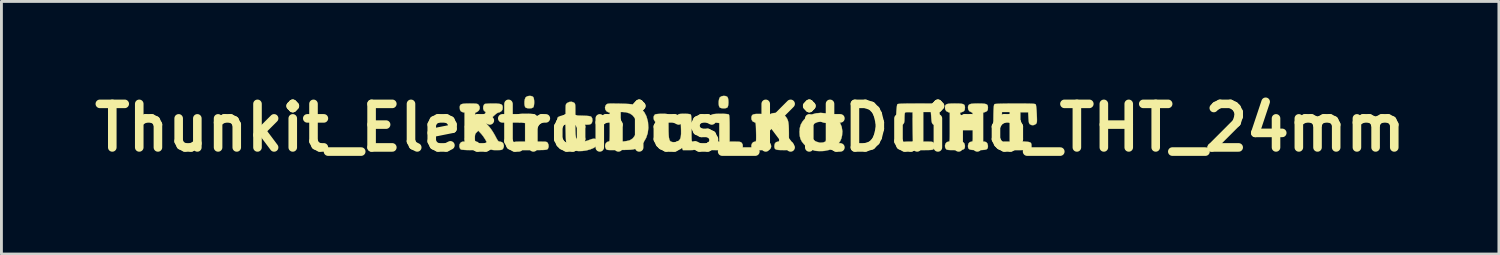
<source format=kicad_pcb>
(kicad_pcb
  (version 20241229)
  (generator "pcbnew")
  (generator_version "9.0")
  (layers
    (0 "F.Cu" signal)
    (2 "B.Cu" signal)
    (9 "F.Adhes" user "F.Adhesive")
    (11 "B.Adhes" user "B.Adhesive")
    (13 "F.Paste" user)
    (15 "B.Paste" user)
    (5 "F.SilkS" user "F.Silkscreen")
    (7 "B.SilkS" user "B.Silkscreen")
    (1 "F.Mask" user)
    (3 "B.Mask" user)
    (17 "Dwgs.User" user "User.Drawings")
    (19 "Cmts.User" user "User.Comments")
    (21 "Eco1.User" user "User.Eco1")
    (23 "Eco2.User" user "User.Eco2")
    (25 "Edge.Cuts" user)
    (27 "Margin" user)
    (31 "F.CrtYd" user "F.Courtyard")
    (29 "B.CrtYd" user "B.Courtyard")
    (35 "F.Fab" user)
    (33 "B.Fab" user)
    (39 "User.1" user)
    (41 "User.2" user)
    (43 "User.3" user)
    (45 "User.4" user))
  (footprint "Thunkit_Electronics_KitDuino_THT_24mm"
    (layer "F.Cu")
    (at 23.194 1.418)
    (property "Reference" "Thunkit_Electronics_KitDuino_THT_24mm" (at 0 0 0) (layer "F.SilkS") (effects (font (size 1.524 1.524) (thickness 0.3))))
    (attr through_hole)
    (fp_poly (pts (xy -7.663 -1.11) (xy -7.604 -1.087) (xy -7.587 -1.07) (xy -7.568 -1.021) (xy -7.558 -0.948) (xy -7.556 -0.866) (xy -7.563 -0.788) (xy -7.578 -0.729) (xy -7.59 -0.711) (xy -7.637 -0.687) (xy -7.706 -0.677) (xy -7.78 -0.681) (xy -7.841 -0.697) (xy -7.862 -0.711) (xy -7.885 -0.757) (xy -7.896 -0.83) (xy -7.896 -0.913) (xy -7.884 -0.992) (xy -7.861 -1.052) (xy -7.855 -1.061) (xy -7.804 -1.097) (xy -7.734 -1.113) (xy -7.663 -1.11)) (stroke (width 0.01) (type solid)) (fill yes) (layer "F.SilkS"))
    (fp_poly (pts (xy -0.868 -1.11) (xy -0.81 -1.087) (xy -0.792 -1.07) (xy -0.773 -1.021) (xy -0.763 -0.948) (xy -0.761 -0.866) (xy -0.768 -0.788) (xy -0.784 -0.729) (xy -0.795 -0.711) (xy -0.842 -0.687) (xy -0.911 -0.677) (xy -0.985 -0.681) (xy -1.046 -0.697) (xy -1.067 -0.711) (xy -1.09 -0.757) (xy -1.101 -0.83) (xy -1.101 -0.913) (xy -1.089 -0.992) (xy -1.067 -1.052) (xy -1.06 -1.061) (xy -1.009 -1.097) (xy -0.94 -1.113) (xy -0.868 -1.11)) (stroke (width 0.01) (type solid)) (fill yes) (layer "F.SilkS"))
    (fp_poly (pts (xy -0.902 -0.485) (xy -0.808 -0.478) (xy -0.756 -0.468) (xy -0.745 -0.461) (xy -0.736 -0.437) (xy -0.729 -0.384) (xy -0.724 -0.298) (xy -0.721 -0.177) (xy -0.72 -0.017) (xy -0.72 0.025) (xy -0.72 0.487) (xy -0.529 0.487) (xy -0.434 0.488) (xy -0.372 0.493) (xy -0.331 0.504) (xy -0.303 0.523) (xy -0.296 0.529) (xy -0.261 0.592) (xy -0.258 0.667) (xy -0.287 0.736) (xy -0.298 0.75) (xy -0.311 0.761) (xy -0.333 0.769) (xy -0.367 0.775) (xy -0.419 0.779) (xy -0.493 0.781) (xy -0.595 0.783) (xy -0.73 0.783) (xy -0.9 0.783) (xy -1.071 0.783) (xy -1.205 0.783) (xy -1.307 0.781) (xy -1.381 0.779) (xy -1.433 0.775) (xy -1.467 0.769) (xy -1.488 0.761) (xy -1.502 0.75) (xy -1.512 0.736) (xy -1.541 0.664) (xy -1.537 0.589) (xy -1.503 0.529) (xy -1.476 0.508) (xy -1.44 0.496) (xy -1.384 0.489) (xy -1.298 0.487) (xy -1.27 0.487) (xy -1.079 0.487) (xy -1.079 -0.164) (xy -1.2 -0.178) (xy -1.297 -0.197) (xy -1.358 -0.229) (xy -1.39 -0.28) (xy -1.397 -0.341) (xy -1.393 -0.394) (xy -1.375 -0.433) (xy -1.34 -0.46) (xy -1.28 -0.476) (xy -1.191 -0.484) (xy -1.066 -0.487) (xy -1.037 -0.487) (xy -0.902 -0.485)) (stroke (width 0.01) (type solid)) (fill yes) (layer "F.SilkS"))
    (fp_poly (pts (xy -7.7 -0.485) (xy -7.606 -0.479) (xy -7.552 -0.468) (xy -7.54 -0.461) (xy -7.53 -0.437) (xy -7.523 -0.384) (xy -7.518 -0.298) (xy -7.515 -0.177) (xy -7.514 -0.017) (xy -7.514 0.025) (xy -7.514 0.487) (xy -7.314 0.487) (xy -7.22 0.488) (xy -7.158 0.491) (xy -7.12 0.5) (xy -7.096 0.516) (xy -7.081 0.534) (xy -7.054 0.6) (xy -7.052 0.672) (xy -7.074 0.733) (xy -7.087 0.748) (xy -7.103 0.759) (xy -7.128 0.767) (xy -7.166 0.773) (xy -7.224 0.778) (xy -7.304 0.78) (xy -7.414 0.782) (xy -7.557 0.783) (xy -7.7 0.783) (xy -7.87 0.783) (xy -8.004 0.783) (xy -8.105 0.781) (xy -8.178 0.779) (xy -8.229 0.775) (xy -8.262 0.769) (xy -8.283 0.76) (xy -8.297 0.749) (xy -8.307 0.736) (xy -8.336 0.664) (xy -8.332 0.589) (xy -8.297 0.529) (xy -8.271 0.508) (xy -8.234 0.496) (xy -8.178 0.489) (xy -8.093 0.487) (xy -8.065 0.487) (xy -7.874 0.487) (xy -7.874 -0.164) (xy -7.995 -0.178) (xy -8.068 -0.191) (xy -8.129 -0.212) (xy -8.154 -0.226) (xy -8.184 -0.279) (xy -8.19 -0.348) (xy -8.171 -0.415) (xy -8.149 -0.445) (xy -8.128 -0.462) (xy -8.099 -0.474) (xy -8.056 -0.481) (xy -7.989 -0.485) (xy -7.893 -0.487) (xy -7.836 -0.487) (xy -7.7 -0.485)) (stroke (width 0.01) (type solid)) (fill yes) (layer "F.SilkS"))
    (fp_poly (pts (xy 2.637 -0.504) (xy 2.795 -0.461) (xy 2.937 -0.389) (xy 3.038 -0.307) (xy 3.139 -0.178) (xy 3.202 -0.031) (xy 3.226 0.128) (xy 3.215 0.269) (xy 3.188 0.381) (xy 3.148 0.471) (xy 3.087 0.556) (xy 3.046 0.603) (xy 2.924 0.705) (xy 2.774 0.774) (xy 2.598 0.811) (xy 2.52 0.817) (xy 2.426 0.818) (xy 2.337 0.814) (xy 2.27 0.806) (xy 2.259 0.804) (xy 2.111 0.748) (xy 1.974 0.663) (xy 1.889 0.585) (xy 1.812 0.49) (xy 1.763 0.398) (xy 1.736 0.294) (xy 1.727 0.164) (xy 1.727 0.159) (xy 1.729 0.139) (xy 2.118 0.139) (xy 2.12 0.176) (xy 2.142 0.301) (xy 2.192 0.396) (xy 2.272 0.466) (xy 2.316 0.489) (xy 2.435 0.524) (xy 2.549 0.518) (xy 2.647 0.48) (xy 2.742 0.408) (xy 2.804 0.311) (xy 2.831 0.191) (xy 2.831 0.121) (xy 2.805 -0.003) (xy 2.747 -0.101) (xy 2.661 -0.17) (xy 2.549 -0.207) (xy 2.482 -0.212) (xy 2.358 -0.198) (xy 2.261 -0.156) (xy 2.187 -0.081) (xy 2.166 -0.049) (xy 2.135 0.012) (xy 2.12 0.068) (xy 2.118 0.139) (xy 1.729 0.139) (xy 1.736 0.013) (xy 1.771 -0.11) (xy 1.835 -0.221) (xy 1.894 -0.293) (xy 2.011 -0.392) (xy 2.151 -0.463) (xy 2.307 -0.505) (xy 2.472 -0.519) (xy 2.637 -0.504)) (stroke (width 0.01) (type solid)) (fill yes) (layer "F.SilkS"))
    (fp_poly (pts (xy -6.165 -0.878) (xy -6.164 -0.877) (xy -6.142 -0.859) (xy -6.129 -0.833) (xy -6.121 -0.793) (xy -6.118 -0.727) (xy -6.117 -0.636) (xy -6.117 -0.428) (xy -5.853 -0.42) (xy -5.738 -0.416) (xy -5.657 -0.41) (xy -5.603 -0.401) (xy -5.57 -0.389) (xy -5.553 -0.376) (xy -5.524 -0.321) (xy -5.518 -0.249) (xy -5.535 -0.18) (xy -5.555 -0.149) (xy -5.576 -0.131) (xy -5.602 -0.119) (xy -5.644 -0.111) (xy -5.708 -0.107) (xy -5.803 -0.106) (xy -5.856 -0.106) (xy -6.117 -0.106) (xy -6.116 0.069) (xy -6.11 0.228) (xy -6.093 0.35) (xy -6.066 0.432) (xy -6.045 0.462) (xy -5.993 0.487) (xy -5.913 0.495) (xy -5.813 0.484) (xy -5.705 0.456) (xy -5.653 0.437) (xy -5.548 0.398) (xy -5.47 0.383) (xy -5.413 0.392) (xy -5.369 0.423) (xy -5.357 0.437) (xy -5.32 0.5) (xy -5.321 0.558) (xy -5.359 0.619) (xy -5.386 0.646) (xy -5.476 0.708) (xy -5.595 0.758) (xy -5.732 0.795) (xy -5.877 0.815) (xy -6.016 0.817) (xy -6.139 0.798) (xy -6.145 0.797) (xy -6.265 0.749) (xy -6.354 0.679) (xy -6.403 0.612) (xy -6.42 0.578) (xy -6.432 0.537) (xy -6.44 0.482) (xy -6.446 0.404) (xy -6.45 0.297) (xy -6.452 0.217) (xy -6.46 -0.106) (xy -6.559 -0.106) (xy -6.655 -0.117) (xy -6.718 -0.15) (xy -6.748 -0.209) (xy -6.752 -0.25) (xy -6.748 -0.308) (xy -6.737 -0.35) (xy -6.736 -0.353) (xy -6.696 -0.385) (xy -6.629 -0.41) (xy -6.552 -0.423) (xy -6.529 -0.423) (xy -6.456 -0.423) (xy -6.456 -0.623) (xy -6.455 -0.717) (xy -6.452 -0.778) (xy -6.443 -0.817) (xy -6.427 -0.842) (xy -6.401 -0.865) (xy -6.4 -0.866) (xy -6.324 -0.902) (xy -6.24 -0.906) (xy -6.165 -0.878)) (stroke (width 0.01) (type solid)) (fill yes) (layer "F.SilkS"))
    (fp_poly (pts (xy -4.767 -0.845) (xy -4.642 -0.843) (xy -4.554 -0.842) (xy -4.381 -0.837) (xy -4.244 -0.83) (xy -4.136 -0.82) (xy -4.051 -0.804) (xy -3.981 -0.781) (xy -3.921 -0.75) (xy -3.863 -0.708) (xy -3.811 -0.664) (xy -3.706 -0.545) (xy -3.63 -0.402) (xy -3.582 -0.231) (xy -3.574 -0.187) (xy -3.562 0.005) (xy -3.584 0.188) (xy -3.64 0.355) (xy -3.725 0.503) (xy -3.838 0.625) (xy -3.977 0.717) (xy -3.997 0.727) (xy -4.033 0.742) (xy -4.071 0.754) (xy -4.118 0.762) (xy -4.18 0.769) (xy -4.263 0.773) (xy -4.374 0.776) (xy -4.52 0.779) (xy -4.554 0.779) (xy -4.704 0.781) (xy -4.818 0.782) (xy -4.901 0.782) (xy -4.958 0.779) (xy -4.995 0.774) (xy -5.019 0.766) (xy -5.033 0.754) (xy -5.046 0.738) (xy -5.046 0.738) (xy -5.074 0.67) (xy -5.073 0.6) (xy -5.046 0.539) (xy -5 0.497) (xy -4.953 0.487) (xy -4.94 0.485) (xy -4.93 0.478) (xy -4.922 0.459) (xy -4.917 0.424) (xy -4.914 0.367) (xy -4.912 0.285) (xy -4.911 0.171) (xy -4.911 0.022) (xy -4.911 -0.021) (xy -4.911 -0.528) (xy -4.964 -0.542) (xy -4.98 -0.55) (xy -4.53 -0.55) (xy -4.53 0.492) (xy -4.398 0.477) (xy -4.316 0.465) (xy -4.241 0.448) (xy -4.202 0.435) (xy -4.107 0.374) (xy -4.036 0.279) (xy -3.99 0.154) (xy -3.97 0.002) (xy -3.969 -0.032) (xy -3.984 -0.193) (xy -4.03 -0.325) (xy -4.106 -0.427) (xy -4.21 -0.499) (xy -4.344 -0.54) (xy -4.467 -0.55) (xy -4.53 -0.55) (xy -4.98 -0.55) (xy -5.027 -0.577) (xy -5.067 -0.636) (xy -5.079 -0.706) (xy -5.059 -0.775) (xy -5.036 -0.806) (xy -5.019 -0.821) (xy -4.999 -0.832) (xy -4.97 -0.839) (xy -4.926 -0.844) (xy -4.86 -0.846) (xy -4.767 -0.845)) (stroke (width 0.01) (type solid)) (fill yes) (layer "F.SilkS"))
    (fp_poly (pts (xy 9.469 -0.846) (xy 9.627 -0.845) (xy 9.75 -0.843) (xy 9.843 -0.841) (xy 9.909 -0.837) (xy 9.953 -0.831) (xy 9.979 -0.824) (xy 9.989 -0.817) (xy 9.999 -0.785) (xy 10.009 -0.717) (xy 10.018 -0.62) (xy 10.025 -0.501) (xy 10.026 -0.482) (xy 10.031 -0.362) (xy 10.033 -0.277) (xy 10.032 -0.219) (xy 10.026 -0.181) (xy 10.016 -0.156) (xy 10 -0.136) (xy 9.994 -0.13) (xy 9.929 -0.093) (xy 9.854 -0.09) (xy 9.79 -0.118) (xy 9.769 -0.14) (xy 9.754 -0.175) (xy 9.745 -0.233) (xy 9.738 -0.321) (xy 9.737 -0.345) (xy 9.726 -0.54) (xy 9.451 -0.54) (xy 9.451 0.476) (xy 9.626 0.487) (xy 9.724 0.495) (xy 9.787 0.509) (xy 9.822 0.534) (xy 9.838 0.576) (xy 9.842 0.639) (xy 9.841 0.682) (xy 9.835 0.715) (xy 9.819 0.74) (xy 9.789 0.758) (xy 9.739 0.77) (xy 9.665 0.778) (xy 9.562 0.782) (xy 9.427 0.783) (xy 9.269 0.783) (xy 9.11 0.783) (xy 8.987 0.782) (xy 8.895 0.78) (xy 8.83 0.777) (xy 8.785 0.772) (xy 8.755 0.764) (xy 8.736 0.754) (xy 8.721 0.741) (xy 8.685 0.678) (xy 8.683 0.603) (xy 8.711 0.534) (xy 8.732 0.51) (xy 8.762 0.496) (xy 8.81 0.489) (xy 8.887 0.487) (xy 8.912 0.487) (xy 9.081 0.487) (xy 9.081 -0.55) (xy 8.81 -0.55) (xy 8.802 -0.358) (xy 8.797 -0.265) (xy 8.79 -0.203) (xy 8.779 -0.165) (xy 8.76 -0.138) (xy 8.745 -0.125) (xy 8.673 -0.089) (xy 8.599 -0.095) (xy 8.554 -0.119) (xy 8.536 -0.133) (xy 8.523 -0.151) (xy 8.514 -0.179) (xy 8.51 -0.223) (xy 8.509 -0.292) (xy 8.511 -0.391) (xy 8.512 -0.48) (xy 8.516 -0.609) (xy 8.521 -0.703) (xy 8.527 -0.766) (xy 8.536 -0.804) (xy 8.548 -0.824) (xy 8.551 -0.826) (xy 8.58 -0.831) (xy 8.647 -0.836) (xy 8.747 -0.84) (xy 8.876 -0.843) (xy 9.029 -0.845) (xy 9.202 -0.846) (xy 9.274 -0.846) (xy 9.469 -0.846)) (stroke (width 0.01) (type solid)) (fill yes) (layer "F.SilkS"))
    (fp_poly (pts (xy -2.193 -0.484) (xy -2.117 -0.476) (xy -2.079 -0.462) (xy -2.079 -0.461) (xy -2.069 -0.437) (xy -2.062 -0.384) (xy -2.057 -0.298) (xy -2.054 -0.177) (xy -2.053 -0.017) (xy -2.053 0.025) (xy -2.053 0.176) (xy -2.052 0.29) (xy -2.05 0.372) (xy -2.047 0.428) (xy -2.042 0.461) (xy -2.034 0.479) (xy -2.023 0.486) (xy -2.011 0.487) (xy -1.951 0.505) (xy -1.909 0.552) (xy -1.888 0.617) (xy -1.893 0.687) (xy -1.917 0.736) (xy -1.936 0.758) (xy -1.961 0.772) (xy -2.003 0.78) (xy -2.07 0.783) (xy -2.151 0.783) (xy -2.353 0.783) (xy -2.377 0.721) (xy -2.4 0.659) (xy -2.469 0.72) (xy -2.576 0.786) (xy -2.7 0.82) (xy -2.833 0.818) (xy -2.928 0.795) (xy -3.013 0.756) (xy -3.08 0.706) (xy -3.13 0.638) (xy -3.166 0.547) (xy -3.192 0.428) (xy -3.208 0.275) (xy -3.214 0.151) (xy -3.22 0.027) (xy -3.224 -0.062) (xy -3.23 -0.121) (xy -3.238 -0.157) (xy -3.248 -0.177) (xy -3.264 -0.186) (xy -3.281 -0.19) (xy -3.332 -0.221) (xy -3.366 -0.277) (xy -3.379 -0.344) (xy -3.37 -0.408) (xy -3.336 -0.457) (xy -3.323 -0.466) (xy -3.285 -0.475) (xy -3.217 -0.482) (xy -3.13 -0.486) (xy -3.083 -0.487) (xy -2.986 -0.486) (xy -2.924 -0.481) (xy -2.888 -0.472) (xy -2.872 -0.457) (xy -2.87 -0.453) (xy -2.866 -0.422) (xy -2.863 -0.356) (xy -2.86 -0.263) (xy -2.858 -0.15) (xy -2.857 -0.044) (xy -2.856 0.12) (xy -2.851 0.246) (xy -2.843 0.34) (xy -2.829 0.407) (xy -2.809 0.452) (xy -2.783 0.48) (xy -2.772 0.487) (xy -2.702 0.506) (xy -2.618 0.504) (xy -2.541 0.483) (xy -2.514 0.466) (xy -2.472 0.426) (xy -2.443 0.377) (xy -2.426 0.311) (xy -2.417 0.22) (xy -2.417 0.097) (xy -2.418 0.063) (xy -2.421 -0.042) (xy -2.424 -0.111) (xy -2.431 -0.153) (xy -2.441 -0.175) (xy -2.457 -0.184) (xy -2.471 -0.187) (xy -2.528 -0.213) (xy -2.565 -0.267) (xy -2.58 -0.333) (xy -2.569 -0.4) (xy -2.54 -0.445) (xy -2.514 -0.465) (xy -2.478 -0.478) (xy -2.424 -0.484) (xy -2.34 -0.487) (xy -2.301 -0.487) (xy -2.193 -0.484)) (stroke (width 0.01) (type solid)) (fill yes) (layer "F.SilkS"))
    (fp_poly (pts (xy 6.068 -0.847) (xy 6.222 -0.846) (xy 6.342 -0.845) (xy 6.433 -0.843) (xy 6.499 -0.84) (xy 6.544 -0.835) (xy 6.573 -0.829) (xy 6.59 -0.822) (xy 6.6 -0.812) (xy 6.602 -0.808) (xy 6.61 -0.774) (xy 6.617 -0.706) (xy 6.623 -0.613) (xy 6.627 -0.505) (xy 6.628 -0.467) (xy 6.63 -0.348) (xy 6.63 -0.264) (xy 6.628 -0.208) (xy 6.621 -0.172) (xy 6.61 -0.148) (xy 6.593 -0.131) (xy 6.585 -0.124) (xy 6.513 -0.089) (xy 6.441 -0.095) (xy 6.394 -0.122) (xy 6.372 -0.146) (xy 6.357 -0.183) (xy 6.346 -0.241) (xy 6.338 -0.329) (xy 6.336 -0.355) (xy 6.322 -0.55) (xy 6.054 -0.55) (xy 6.054 0.487) (xy 6.222 0.487) (xy 6.308 0.488) (xy 6.362 0.494) (xy 6.395 0.506) (xy 6.418 0.527) (xy 6.423 0.534) (xy 6.449 0.591) (xy 6.456 0.635) (xy 6.443 0.695) (xy 6.423 0.736) (xy 6.411 0.751) (xy 6.397 0.762) (xy 6.374 0.77) (xy 6.337 0.776) (xy 6.282 0.78) (xy 6.202 0.782) (xy 6.092 0.783) (xy 5.948 0.783) (xy 5.876 0.783) (xy 5.714 0.783) (xy 5.589 0.782) (xy 5.496 0.78) (xy 5.43 0.777) (xy 5.385 0.771) (xy 5.356 0.764) (xy 5.337 0.754) (xy 5.327 0.744) (xy 5.3 0.691) (xy 5.293 0.621) (xy 5.304 0.555) (xy 5.325 0.52) (xy 5.357 0.502) (xy 5.414 0.491) (xy 5.502 0.487) (xy 5.526 0.487) (xy 5.695 0.487) (xy 5.689 -0.026) (xy 5.683 -0.54) (xy 5.558 -0.546) (xy 5.473 -0.546) (xy 5.426 -0.534) (xy 5.416 -0.525) (xy 5.407 -0.492) (xy 5.401 -0.428) (xy 5.398 -0.348) (xy 5.398 -0.333) (xy 5.396 -0.245) (xy 5.388 -0.187) (xy 5.373 -0.149) (xy 5.355 -0.127) (xy 5.292 -0.09) (xy 5.222 -0.089) (xy 5.159 -0.126) (xy 5.143 -0.143) (xy 5.125 -0.168) (xy 5.113 -0.195) (xy 5.106 -0.231) (xy 5.104 -0.284) (xy 5.106 -0.362) (xy 5.111 -0.474) (xy 5.112 -0.497) (xy 5.119 -0.607) (xy 5.128 -0.702) (xy 5.137 -0.774) (xy 5.146 -0.815) (xy 5.148 -0.82) (xy 5.165 -0.828) (xy 5.202 -0.834) (xy 5.265 -0.839) (xy 5.355 -0.842) (xy 5.477 -0.845) (xy 5.633 -0.846) (xy 5.828 -0.847) (xy 5.876 -0.847) (xy 6.068 -0.847)) (stroke (width 0.01) (type solid)) (fill yes) (layer "F.SilkS"))
    (fp_poly (pts (xy 1.049 -0.507) (xy 1.149 -0.472) (xy 1.227 -0.409) (xy 1.264 -0.361) (xy 1.298 -0.305) (xy 1.322 -0.245) (xy 1.338 -0.172) (xy 1.348 -0.08) (xy 1.353 0.04) (xy 1.355 0.175) (xy 1.355 0.487) (xy 1.404 0.487) (xy 1.465 0.506) (xy 1.507 0.557) (xy 1.524 0.633) (xy 1.524 0.64) (xy 1.521 0.694) (xy 1.507 0.732) (xy 1.476 0.758) (xy 1.423 0.773) (xy 1.341 0.781) (xy 1.224 0.783) (xy 1.185 0.783) (xy 1.058 0.782) (xy 0.967 0.776) (xy 0.907 0.763) (xy 0.871 0.74) (xy 0.853 0.705) (xy 0.847 0.656) (xy 0.847 0.637) (xy 0.862 0.559) (xy 0.905 0.506) (xy 0.97 0.487) (xy 0.972 0.487) (xy 0.991 0.486) (xy 1.004 0.478) (xy 1.012 0.456) (xy 1.016 0.415) (xy 1.016 0.347) (xy 1.014 0.245) (xy 1.013 0.203) (xy 1.009 0.084) (xy 1.004 0.000018) (xy 0.996 -0.058) (xy 0.985 -0.099) (xy 0.969 -0.13) (xy 0.961 -0.141) (xy 0.902 -0.188) (xy 0.823 -0.209) (xy 0.739 -0.201) (xy 0.7 -0.185) (xy 0.645 -0.147) (xy 0.607 -0.093) (xy 0.581 -0.017) (xy 0.567 0.088) (xy 0.562 0.228) (xy 0.562 0.229) (xy 0.561 0.473) (xy 0.627 0.49) (xy 0.684 0.523) (xy 0.72 0.579) (xy 0.734 0.645) (xy 0.724 0.708) (xy 0.687 0.756) (xy 0.676 0.763) (xy 0.641 0.771) (xy 0.573 0.777) (xy 0.482 0.781) (xy 0.378 0.783) (xy 0.375 0.783) (xy 0.263 0.782) (xy 0.185 0.779) (xy 0.134 0.773) (xy 0.101 0.763) (xy 0.08 0.748) (xy 0.077 0.744) (xy 0.045 0.684) (xy 0.042 0.616) (xy 0.064 0.552) (xy 0.106 0.505) (xy 0.166 0.487) (xy 0.166 0.487) (xy 0.184 0.486) (xy 0.196 0.478) (xy 0.204 0.458) (xy 0.208 0.419) (xy 0.209 0.355) (xy 0.209 0.26) (xy 0.207 0.154) (xy 0.204 0.028) (xy 0.201 -0.062) (xy 0.197 -0.121) (xy 0.19 -0.158) (xy 0.181 -0.177) (xy 0.167 -0.185) (xy 0.159 -0.187) (xy 0.091 -0.218) (xy 0.051 -0.279) (xy 0.042 -0.341) (xy 0.05 -0.403) (xy 0.075 -0.445) (xy 0.125 -0.47) (xy 0.205 -0.482) (xy 0.32 -0.483) (xy 0.331 -0.482) (xy 0.519 -0.476) (xy 0.531 -0.402) (xy 0.541 -0.357) (xy 0.551 -0.35) (xy 0.56 -0.366) (xy 0.587 -0.397) (xy 0.638 -0.437) (xy 0.674 -0.46) (xy 0.738 -0.493) (xy 0.8 -0.51) (xy 0.878 -0.517) (xy 0.921 -0.517) (xy 1.049 -0.507)) (stroke (width 0.01) (type solid)) (fill yes) (layer "F.SilkS"))
    (fp_poly (pts (xy 8.109 -0.845) (xy 8.2 -0.838) (xy 8.26 -0.823) (xy 8.296 -0.799) (xy 8.314 -0.761) (xy 8.318 -0.709) (xy 8.319 -0.704) (xy 8.312 -0.63) (xy 8.287 -0.584) (xy 8.236 -0.555) (xy 8.221 -0.55) (xy 8.149 -0.526) (xy 8.149 0.487) (xy 8.199 0.487) (xy 8.259 0.506) (xy 8.301 0.557) (xy 8.318 0.632) (xy 8.319 0.639) (xy 8.315 0.692) (xy 8.299 0.731) (xy 8.266 0.757) (xy 8.21 0.772) (xy 8.124 0.78) (xy 8.004 0.783) (xy 7.966 0.783) (xy 7.837 0.782) (xy 7.744 0.775) (xy 7.682 0.761) (xy 7.645 0.737) (xy 7.626 0.701) (xy 7.62 0.649) (xy 7.62 0.631) (xy 7.636 0.557) (xy 7.679 0.506) (xy 7.743 0.487) (xy 7.743 0.487) (xy 7.765 0.484) (xy 7.778 0.472) (xy 7.786 0.442) (xy 7.789 0.386) (xy 7.789 0.297) (xy 7.789 0.286) (xy 7.789 0.085) (xy 7.345 0.085) (xy 7.345 0.286) (xy 7.345 0.379) (xy 7.348 0.438) (xy 7.355 0.47) (xy 7.368 0.484) (xy 7.388 0.487) (xy 7.394 0.487) (xy 7.455 0.506) (xy 7.497 0.557) (xy 7.514 0.632) (xy 7.514 0.639) (xy 7.51 0.692) (xy 7.495 0.731) (xy 7.462 0.757) (xy 7.405 0.772) (xy 7.32 0.78) (xy 7.199 0.783) (xy 7.161 0.783) (xy 7.046 0.782) (xy 6.965 0.78) (xy 6.912 0.774) (xy 6.878 0.765) (xy 6.856 0.75) (xy 6.851 0.744) (xy 6.819 0.684) (xy 6.816 0.616) (xy 6.837 0.553) (xy 6.879 0.505) (xy 6.938 0.487) (xy 6.939 0.487) (xy 6.953 0.486) (xy 6.965 0.48) (xy 6.973 0.464) (xy 6.978 0.433) (xy 6.982 0.382) (xy 6.984 0.306) (xy 6.985 0.2) (xy 6.985 0.058) (xy 6.985 -0.02) (xy 6.985 -0.526) (xy 6.937 -0.541) (xy 6.863 -0.58) (xy 6.823 -0.641) (xy 6.816 -0.699) (xy 6.819 -0.753) (xy 6.834 -0.793) (xy 6.867 -0.819) (xy 6.922 -0.836) (xy 7.006 -0.844) (xy 7.124 -0.847) (xy 7.169 -0.847) (xy 7.298 -0.845) (xy 7.39 -0.839) (xy 7.452 -0.825) (xy 7.49 -0.801) (xy 7.508 -0.766) (xy 7.514 -0.715) (xy 7.514 -0.704) (xy 7.508 -0.63) (xy 7.483 -0.584) (xy 7.432 -0.555) (xy 7.417 -0.55) (xy 7.345 -0.526) (xy 7.345 -0.233) (xy 7.789 -0.233) (xy 7.789 -0.38) (xy 7.788 -0.458) (xy 7.782 -0.503) (xy 7.769 -0.527) (xy 7.745 -0.54) (xy 7.742 -0.541) (xy 7.667 -0.579) (xy 7.628 -0.64) (xy 7.62 -0.701) (xy 7.624 -0.754) (xy 7.642 -0.793) (xy 7.677 -0.819) (xy 7.736 -0.836) (xy 7.825 -0.844) (xy 7.95 -0.847) (xy 7.981 -0.847) (xy 8.109 -0.845)) (stroke (width 0.01) (type solid)) (fill yes) (layer "F.SilkS"))
    (fp_poly (pts (xy -9.701 -0.846) (xy -9.623 -0.843) (xy -9.57 -0.838) (xy -9.536 -0.828) (xy -9.513 -0.813) (xy -9.504 -0.804) (xy -9.465 -0.74) (xy -9.462 -0.67) (xy -9.491 -0.604) (xy -9.549 -0.555) (xy -9.583 -0.541) (xy -9.606 -0.531) (xy -9.62 -0.513) (xy -9.627 -0.479) (xy -9.63 -0.418) (xy -9.631 -0.332) (xy -9.631 -0.138) (xy -9.43 -0.339) (xy -9.349 -0.419) (xy -9.295 -0.475) (xy -9.264 -0.512) (xy -9.252 -0.536) (xy -9.257 -0.55) (xy -9.273 -0.562) (xy -9.279 -0.565) (xy -9.321 -0.608) (xy -9.341 -0.672) (xy -9.338 -0.743) (xy -9.313 -0.804) (xy -9.286 -0.83) (xy -9.256 -0.836) (xy -9.192 -0.841) (xy -9.106 -0.845) (xy -9.006 -0.846) (xy -8.876 -0.845) (xy -8.782 -0.837) (xy -8.719 -0.822) (xy -8.681 -0.796) (xy -8.662 -0.757) (xy -8.657 -0.703) (xy -8.657 -0.699) (xy -8.666 -0.632) (xy -8.698 -0.586) (xy -8.713 -0.573) (xy -8.765 -0.542) (xy -8.814 -0.529) (xy -8.814 -0.529) (xy -8.851 -0.513) (xy -8.912 -0.467) (xy -8.994 -0.392) (xy -9.047 -0.34) (xy -9.235 -0.152) (xy -9.129 -0.032) (xy -9.071 0.041) (xy -9.006 0.137) (xy -8.945 0.239) (xy -8.919 0.287) (xy -8.872 0.376) (xy -8.839 0.433) (xy -8.812 0.467) (xy -8.788 0.482) (xy -8.759 0.486) (xy -8.748 0.487) (xy -8.68 0.506) (xy -8.633 0.556) (xy -8.615 0.631) (xy -8.615 0.635) (xy -8.627 0.695) (xy -8.648 0.736) (xy -8.668 0.759) (xy -8.695 0.773) (xy -8.739 0.78) (xy -8.81 0.783) (xy -8.867 0.783) (xy -8.951 0.783) (xy -9.012 0.778) (xy -9.057 0.762) (xy -9.093 0.729) (xy -9.129 0.675) (xy -9.171 0.592) (xy -9.204 0.525) (xy -9.265 0.414) (xy -9.335 0.306) (xy -9.401 0.222) (xy -9.51 0.104) (xy -9.57 0.162) (xy -9.604 0.199) (xy -9.622 0.238) (xy -9.63 0.293) (xy -9.631 0.353) (xy -9.63 0.426) (xy -9.624 0.466) (xy -9.61 0.483) (xy -9.584 0.487) (xy -9.579 0.487) (xy -9.525 0.505) (xy -9.486 0.552) (xy -9.464 0.615) (xy -9.464 0.681) (xy -9.49 0.738) (xy -9.5 0.748) (xy -9.524 0.763) (xy -9.56 0.773) (xy -9.618 0.779) (xy -9.703 0.782) (xy -9.812 0.783) (xy -9.918 0.781) (xy -10.011 0.776) (xy -10.081 0.77) (xy -10.119 0.762) (xy -10.121 0.761) (xy -10.156 0.72) (xy -10.173 0.657) (xy -10.168 0.591) (xy -10.158 0.567) (xy -10.119 0.512) (xy -10.07 0.49) (xy -10.038 0.487) (xy -9.991 0.487) (xy -9.991 -0.53) (xy -10.055 -0.543) (xy -10.116 -0.57) (xy -10.15 -0.623) (xy -10.16 -0.704) (xy -10.156 -0.758) (xy -10.139 -0.796) (xy -10.105 -0.821) (xy -10.046 -0.837) (xy -9.958 -0.844) (xy -9.834 -0.847) (xy -9.814 -0.847) (xy -9.701 -0.846)) (stroke (width 0.01) (type solid)) (fill yes) (layer "F.SilkS")))
  (gr_rect
    (start -3 -3)
    (end 49.388 5.836)
    (stroke (width 0.1) (type default))
    (fill no)
    (layer "Edge.Cuts")))
</source>
